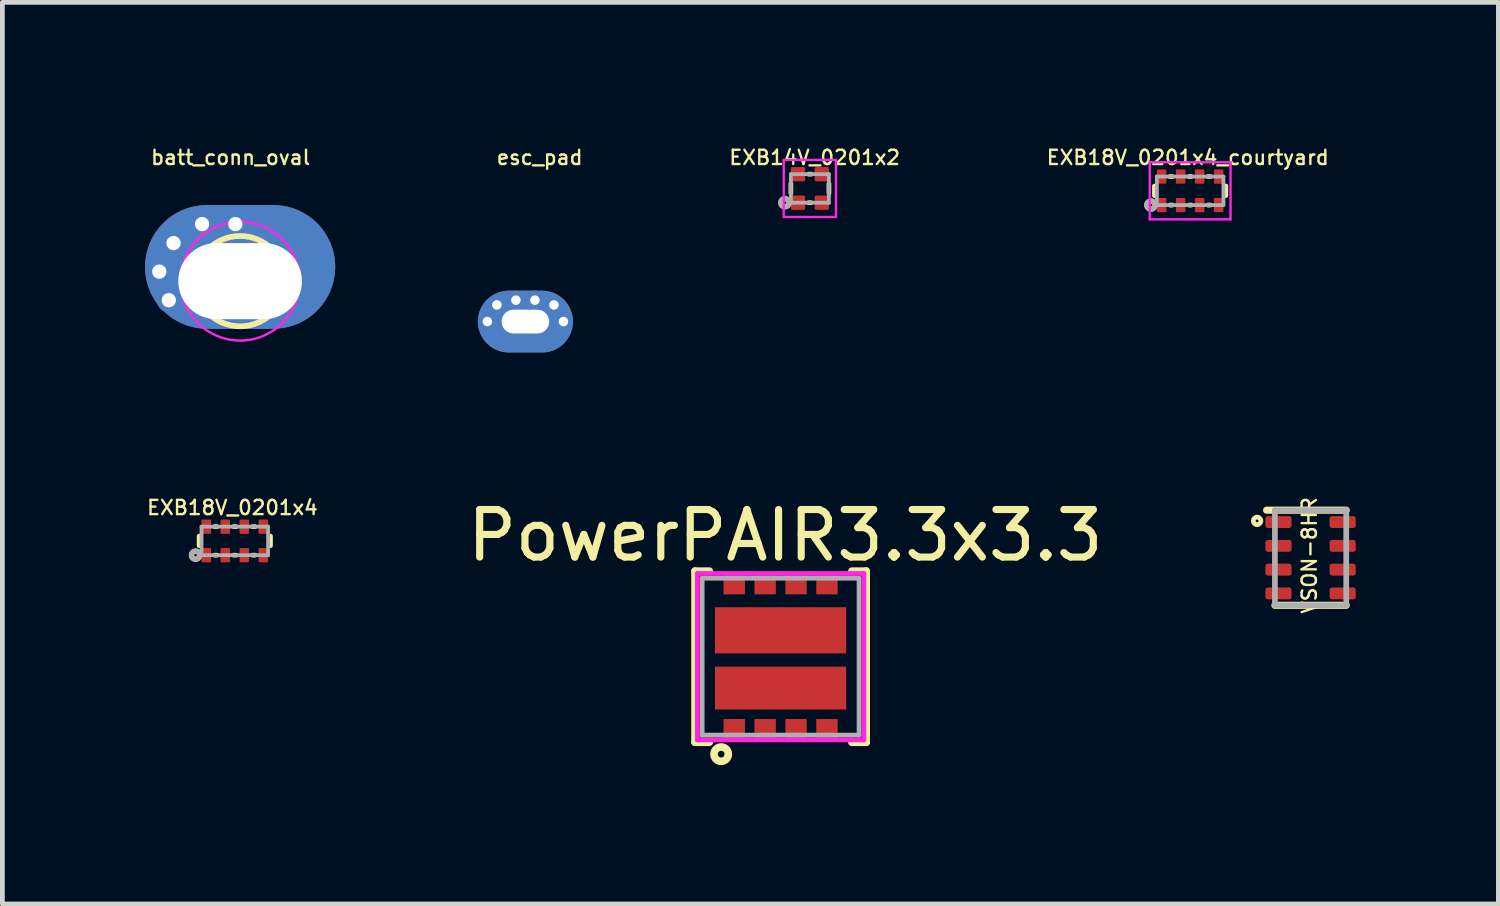
<source format=kicad_pcb>
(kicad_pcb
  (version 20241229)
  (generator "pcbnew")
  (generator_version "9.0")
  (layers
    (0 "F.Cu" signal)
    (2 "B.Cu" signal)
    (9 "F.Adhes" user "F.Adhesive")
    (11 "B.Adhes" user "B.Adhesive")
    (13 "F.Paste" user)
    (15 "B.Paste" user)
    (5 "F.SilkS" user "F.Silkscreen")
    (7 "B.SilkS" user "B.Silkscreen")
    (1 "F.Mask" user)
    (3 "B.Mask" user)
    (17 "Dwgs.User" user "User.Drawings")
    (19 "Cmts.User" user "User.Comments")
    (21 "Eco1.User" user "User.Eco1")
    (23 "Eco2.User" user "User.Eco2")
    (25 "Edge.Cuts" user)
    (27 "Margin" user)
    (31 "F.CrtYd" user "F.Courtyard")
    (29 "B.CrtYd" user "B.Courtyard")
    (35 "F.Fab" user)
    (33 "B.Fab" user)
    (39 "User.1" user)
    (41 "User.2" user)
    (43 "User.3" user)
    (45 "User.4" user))
  (footprint "batt_conn_oval"
    (layer "F.Cu")
    (at 2 2.863)
    (property "Reference" "batt_conn_oval" (at -0.2 -2.6 0) (layer "F.SilkS") (effects (font (size 0.3 0.3) (thickness 0.05))))
    (attr through_hole)
    (fp_circle (center 0 0) (end 0 0.95) (stroke (width 0.12) (type solid)) (fill no) (layer "F.SilkS"))
    (fp_circle (center 0 0) (end 1.25 0) (stroke (width 0.05) (type solid)) (fill no) (layer "F.CrtYd"))
    (pad "1" thru_hole circle (at -1.7 -0.2) (size 0.5 0.5) (drill 0.3) (layers "*.Cu" "*.Mask"))
    (pad "1" thru_hole circle (at -1.5 0.4) (size 0.5 0.5) (drill 0.3) (layers "*.Cu" "*.Mask"))
    (pad "1" thru_hole circle (at -1.4 -0.8) (size 0.5 0.5) (drill 0.3) (layers "*.Cu" "*.Mask"))
    (pad "1" thru_hole circle (at -0.8 -1.2) (size 0.5 0.5) (drill 0.3) (layers "*.Cu" "*.Mask"))
    (pad "1" thru_hole circle (at -0.1 -1.2) (size 0.5 0.5) (drill 0.3) (layers "*.Cu" "*.Mask"))
    (pad "1" smd oval (at 0 -0.3) (size 4 2.6) (layers "F.Cu" "F.Mask"))
    (pad "1" smd oval (at 0 -0.3) (size 4 2.6) (layers "B.Cu" "B.Mask"))
    (pad "1" thru_hole oval (at 0 0) (size 3 2) (drill oval 2.6 1.6) (layers "*.Cu" "*.Mask")))
  (footprint "EXB18V_0201x4_courtyard"
    (layer "F.Cu")
    (at 21.98 0.963)
    (property "Reference" "EXB18V_0201x4_courtyard" (at -0.05 -0.7 0) (layer "F.SilkS") (effects (font (size 0.3 0.3) (thickness 0.05))))
    (attr through_hole)
    (fp_line (start -0.75 -0.1) (end -0.75 0.1) (stroke (width 0.1) (type solid)) (layer "F.SilkS"))
    (fp_line (start -0.425 -0.3) (end -0.375 -0.3) (stroke (width 0.1) (type solid)) (layer "F.SilkS"))
    (fp_line (start -0.425 0.3) (end -0.375 0.3) (stroke (width 0.1) (type solid)) (layer "F.SilkS"))
    (fp_line (start -0.025 -0.3) (end 0.025 -0.3) (stroke (width 0.1) (type solid)) (layer "F.SilkS"))
    (fp_line (start -0.025 0.3) (end 0.025 0.3) (stroke (width 0.1) (type solid)) (layer "F.SilkS"))
    (fp_line (start 0.375 -0.3) (end 0.425 -0.3) (stroke (width 0.1) (type solid)) (layer "F.SilkS"))
    (fp_line (start 0.375 0.3) (end 0.425 0.3) (stroke (width 0.1) (type solid)) (layer "F.SilkS"))
    (fp_line (start 0.75 -0.1) (end 0.75 0.1) (stroke (width 0.1) (type solid)) (layer "F.SilkS"))
    (fp_circle (center -0.825 0.3) (end -0.8 0.325) (stroke (width 0.1) (type solid)) (fill no) (layer "F.SilkS"))
    (fp_line (start -0.85 -0.6) (end -0.85 0.6) (stroke (width 0.05) (type solid)) (layer "F.CrtYd"))
    (fp_line (start -0.85 0.6) (end 0.85 0.6) (stroke (width 0.05) (type solid)) (layer "F.CrtYd"))
    (fp_line (start 0.85 -0.6) (end -0.85 -0.6) (stroke (width 0.05) (type solid)) (layer "F.CrtYd"))
    (fp_line (start 0.85 0.6) (end 0.85 -0.6) (stroke (width 0.05) (type solid)) (layer "F.CrtYd"))
    (fp_line (start -0.7 -0.3) (end 0.7 -0.3) (stroke (width 0.08) (type solid)) (layer "F.Fab"))
    (fp_line (start -0.7 0.3) (end -0.7 -0.3) (stroke (width 0.08) (type solid)) (layer "F.Fab"))
    (fp_line (start 0.7 -0.3) (end 0.7 0.3) (stroke (width 0.08) (type solid)) (layer "F.Fab"))
    (fp_line (start 0.7 0.3) (end -0.7 0.3) (stroke (width 0.08) (type solid)) (layer "F.Fab"))
    (fp_circle (center -0.825 0.3) (end -0.825 0.275) (stroke (width 0.12) (type solid)) (fill no) (layer "F.Fab"))
    (pad "1" smd roundrect (at -0.6 0.3) (size 0.2 0.3) (layers "F.Cu" "F.Mask" "F.Paste") (roundrect_rratio 0.1))
    (pad "2" smd roundrect (at -0.2 0.3) (size 0.2 0.3) (layers "F.Cu" "F.Mask" "F.Paste") (roundrect_rratio 0.1))
    (pad "3" smd roundrect (at 0.2 0.3 180) (size 0.2 0.3) (layers "F.Cu" "F.Mask" "F.Paste") (roundrect_rratio 0.1))
    (pad "4" smd roundrect (at 0.6 0.3 180) (size 0.2 0.3) (layers "F.Cu" "F.Mask" "F.Paste") (roundrect_rratio 0.1))
    (pad "5" smd roundrect (at 0.6 -0.3 180) (size 0.2 0.3) (layers "F.Cu" "F.Mask" "F.Paste") (roundrect_rratio 0.1))
    (pad "6" smd roundrect (at 0.2 -0.3 180) (size 0.2 0.3) (layers "F.Cu" "F.Mask" "F.Paste") (roundrect_rratio 0.1))
    (pad "7" smd roundrect (at -0.2 -0.3) (size 0.2 0.3) (layers "F.Cu" "F.Mask" "F.Paste") (roundrect_rratio 0.1))
    (pad "8" smd roundrect (at -0.6 -0.3) (size 0.2 0.3) (layers "F.Cu" "F.Mask" "F.Paste") (roundrect_rratio 0.1)))
  (footprint "EXB14V_0201x2"
    (layer "F.Cu")
    (at 13.983 0.913)
    (property "Reference" "EXB14V_0201x2" (at 0.1 -0.65 0) (layer "F.SilkS") (effects (font (size 0.3 0.3) (thickness 0.05))))
    (attr through_hole)
    (fp_line (start -0.4 -0.1) (end -0.4 0.1) (stroke (width 0.1) (type solid)) (layer "F.SilkS"))
    (fp_line (start -0.025 -0.3) (end 0.025 -0.3) (stroke (width 0.1) (type solid)) (layer "F.SilkS"))
    (fp_line (start -0.025 0.3) (end 0.025 0.3) (stroke (width 0.1) (type solid)) (layer "F.SilkS"))
    (fp_line (start 0.4 -0.1) (end 0.4 0.1) (stroke (width 0.1) (type solid)) (layer "F.SilkS"))
    (fp_circle (center -0.525 0.3) (end -0.5 0.325) (stroke (width 0.1) (type solid)) (fill no) (layer "F.SilkS"))
    (fp_line (start -0.55 -0.6) (end -0.55 0.6) (stroke (width 0.05) (type solid)) (layer "F.CrtYd"))
    (fp_line (start -0.55 0.6) (end 0.55 0.6) (stroke (width 0.05) (type solid)) (layer "F.CrtYd"))
    (fp_line (start 0.55 -0.6) (end -0.55 -0.6) (stroke (width 0.05) (type solid)) (layer "F.CrtYd"))
    (fp_line (start 0.55 0.6) (end 0.55 -0.6) (stroke (width 0.05) (type solid)) (layer "F.CrtYd"))
    (fp_line (start -0.4 -0.3) (end 0.4 -0.3) (stroke (width 0.08) (type solid)) (layer "F.Fab"))
    (fp_line (start -0.4 0.3) (end -0.4 -0.3) (stroke (width 0.08) (type solid)) (layer "F.Fab"))
    (fp_line (start 0.4 -0.3) (end 0.4 0.3) (stroke (width 0.08) (type solid)) (layer "F.Fab"))
    (fp_line (start 0.4 0.3) (end -0.4 0.3) (stroke (width 0.08) (type solid)) (layer "F.Fab"))
    (fp_circle (center -0.525 0.3) (end -0.525 0.275) (stroke (width 0.12) (type solid)) (fill no) (layer "F.Fab"))
    (pad "1" smd roundrect (at -0.25 0.3) (size 0.3 0.3) (layers "F.Cu" "F.Mask" "F.Paste") (roundrect_rratio 0.1))
    (pad "2" smd roundrect (at 0.25 0.3) (size 0.3 0.3) (layers "F.Cu" "F.Mask" "F.Paste") (roundrect_rratio 0.1))
    (pad "3" smd roundrect (at 0.25 -0.3 180) (size 0.3 0.3) (layers "F.Cu" "F.Mask" "F.Paste") (roundrect_rratio 0.1))
    (pad "4" smd roundrect (at -0.25 -0.3 180) (size 0.3 0.3) (layers "F.Cu" "F.Mask" "F.Paste") (roundrect_rratio 0.1)))
  (footprint "EXB18V_0201x4"
    (layer "F.Cu")
    (at 1.888 8.326)
    (property "Reference" "EXB18V_0201x4" (at -0.05 -0.7 0) (layer "F.SilkS") (effects (font (size 0.3 0.3) (thickness 0.05))))
    (attr through_hole)
    (fp_line (start -0.75 -0.1) (end -0.75 0.1) (stroke (width 0.1) (type solid)) (layer "F.SilkS"))
    (fp_line (start -0.425 -0.3) (end -0.375 -0.3) (stroke (width 0.1) (type solid)) (layer "F.SilkS"))
    (fp_line (start -0.425 0.3) (end -0.375 0.3) (stroke (width 0.1) (type solid)) (layer "F.SilkS"))
    (fp_line (start -0.025 -0.3) (end 0.025 -0.3) (stroke (width 0.1) (type solid)) (layer "F.SilkS"))
    (fp_line (start -0.025 0.3) (end 0.025 0.3) (stroke (width 0.1) (type solid)) (layer "F.SilkS"))
    (fp_line (start 0.375 -0.3) (end 0.425 -0.3) (stroke (width 0.1) (type solid)) (layer "F.SilkS"))
    (fp_line (start 0.375 0.3) (end 0.425 0.3) (stroke (width 0.1) (type solid)) (layer "F.SilkS"))
    (fp_line (start 0.75 -0.1) (end 0.75 0.1) (stroke (width 0.1) (type solid)) (layer "F.SilkS"))
    (fp_circle (center -0.825 0.3) (end -0.8 0.325) (stroke (width 0.1) (type solid)) (fill no) (layer "F.SilkS"))
    (fp_line (start -0.7 -0.3) (end 0.7 -0.3) (stroke (width 0.08) (type solid)) (layer "F.Fab"))
    (fp_line (start -0.7 0.3) (end -0.7 -0.3) (stroke (width 0.08) (type solid)) (layer "F.Fab"))
    (fp_line (start 0.7 -0.3) (end 0.7 0.3) (stroke (width 0.08) (type solid)) (layer "F.Fab"))
    (fp_line (start 0.7 0.3) (end -0.7 0.3) (stroke (width 0.08) (type solid)) (layer "F.Fab"))
    (fp_circle (center -0.825 0.3) (end -0.825 0.275) (stroke (width 0.12) (type solid)) (fill no) (layer "F.Fab"))
    (pad "1" smd roundrect (at -0.6 0.3) (size 0.2 0.3) (layers "F.Cu" "F.Mask" "F.Paste") (roundrect_rratio 0.1))
    (pad "2" smd roundrect (at -0.2 0.3) (size 0.2 0.3) (layers "F.Cu" "F.Mask" "F.Paste") (roundrect_rratio 0.1))
    (pad "3" smd roundrect (at 0.2 0.3 180) (size 0.2 0.3) (layers "F.Cu" "F.Mask" "F.Paste") (roundrect_rratio 0.1))
    (pad "4" smd roundrect (at 0.6 0.3 180) (size 0.2 0.3) (layers "F.Cu" "F.Mask" "F.Paste") (roundrect_rratio 0.1))
    (pad "5" smd roundrect (at 0.6 -0.3 180) (size 0.2 0.3) (layers "F.Cu" "F.Mask" "F.Paste") (roundrect_rratio 0.1))
    (pad "6" smd roundrect (at 0.2 -0.3 180) (size 0.2 0.3) (layers "F.Cu" "F.Mask" "F.Paste") (roundrect_rratio 0.1))
    (pad "7" smd roundrect (at -0.2 -0.3) (size 0.2 0.3) (layers "F.Cu" "F.Mask" "F.Paste") (roundrect_rratio 0.1))
    (pad "8" smd roundrect (at -0.6 -0.3) (size 0.2 0.3) (layers "F.Cu" "F.Mask" "F.Paste") (roundrect_rratio 0.1)))
  (footprint "VSON-8HR"
    (layer "F.Cu")
    (at 24.513 8.68)
    (property "Reference" "VSON-8HR" (at -0.025 -0.05 270) (layer "F.SilkS") (effects (font (size 0.3 0.3) (thickness 0.05))))
    (attr through_hole)
    (fp_line (start 0.75 -1) (end -0.925 -1) (stroke (width 0.15) (type solid)) (layer "F.SilkS"))
    (fp_line (start 0.75 1) (end -0.75 1) (stroke (width 0.15) (type solid)) (layer "F.SilkS"))
    (fp_circle (center -1.125 -0.775) (end -1.05 -0.75) (stroke (width 0.1) (type solid)) (fill no) (layer "F.SilkS"))
    (fp_line (start -0.75 -1) (end 0.75 -1) (stroke (width 0.12) (type solid)) (layer "F.Fab"))
    (fp_line (start -0.75 1) (end -0.75 -1) (stroke (width 0.12) (type solid)) (layer "F.Fab"))
    (fp_line (start 0.75 -1) (end 0.75 1) (stroke (width 0.12) (type solid)) (layer "F.Fab"))
    (fp_line (start 0.75 1) (end -0.75 1) (stroke (width 0.12) (type solid)) (layer "F.Fab"))
    (pad "1" smd roundrect (at -0.675 -0.75) (size 0.55 0.25) (layers "F.Cu" "F.Mask" "F.Paste") (roundrect_rratio 0.2))
    (pad "2" smd roundrect (at -0.675 -0.25) (size 0.55 0.25) (layers "F.Cu" "F.Mask" "F.Paste") (roundrect_rratio 0.2))
    (pad "3" smd roundrect (at -0.675 0.25) (size 0.55 0.25) (layers "F.Cu" "F.Mask" "F.Paste") (roundrect_rratio 0.2))
    (pad "4" smd roundrect (at -0.675 0.75) (size 0.55 0.25) (layers "F.Cu" "F.Mask" "F.Paste") (roundrect_rratio 0.2))
    (pad "5" smd roundrect (at 0.675 0.75 180) (size 0.55 0.25) (layers "F.Cu" "F.Mask" "F.Paste") (roundrect_rratio 0.2))
    (pad "6" smd roundrect (at 0.675 0.25 180) (size 0.55 0.25) (layers "F.Cu" "F.Mask" "F.Paste") (roundrect_rratio 0.2))
    (pad "7" smd roundrect (at 0.675 -0.25 180) (size 0.55 0.25) (layers "F.Cu" "F.Mask" "F.Paste") (roundrect_rratio 0.2))
    (pad "8" smd roundrect (at 0.675 -0.75 180) (size 0.55 0.25) (layers "F.Cu" "F.Mask" "F.Paste") (roundrect_rratio 0.2)))
  (footprint "esc_pad"
    (layer "F.Cu")
    (at 8 3.713)
    (property "Reference" "esc_pad" (at 0.3 -3.45 0) (layer "F.SilkS") (effects (font (size 0.3 0.3) (thickness 0.05))))
    (attr through_hole)
    (pad "1" thru_hole oval (at -0.8 0) (size 0.4 0.4) (drill 0.2) (layers "*.Cu" "*.Mask"))
    (pad "1" thru_hole oval (at -0.6 -0.35) (size 0.4 0.4) (drill 0.2) (layers "*.Cu" "*.Mask"))
    (pad "1" thru_hole oval (at -0.2 -0.45) (size 0.4 0.4) (drill 0.2) (layers "*.Cu" "*.Mask"))
    (pad "1" thru_hole oval (at 0 0) (size 2 1.3) (drill oval 1 0.5) (layers "*.Cu" "*.Mask"))
    (pad "1" thru_hole oval (at 0.2 -0.45) (size 0.4 0.4) (drill 0.2) (layers "*.Cu" "*.Mask"))
    (pad "1" thru_hole oval (at 0.6 -0.35) (size 0.4 0.4) (drill 0.2) (layers "*.Cu" "*.Mask"))
    (pad "1" thru_hole oval (at 0.8 0) (size 0.4 0.4) (drill 0.2) (layers "*.Cu" "*.Mask")))
  (footprint "PowerPAIR3.3x3.3"
    (layer "F.Cu")
    (at 13.367 10.761)
    (property "Reference" "PowerPAIR3.3x3.3" (at 0.1 -2.55 0) (layer "F.SilkS") (effects (font (size 1 1) (thickness 0.15))))
    (attr through_hole)
    (fp_line (start -1.8 -1.8) (end -1.8 1.8) (stroke (width 0.16) (type solid)) (layer "F.SilkS"))
    (fp_line (start -1.8 1.8) (end -1.5 1.8) (stroke (width 0.16) (type solid)) (layer "F.SilkS"))
    (fp_line (start -1.5 -1.8) (end -1.8 -1.8) (stroke (width 0.16) (type solid)) (layer "F.SilkS"))
    (fp_line (start 1.5 -1.8) (end 1.8 -1.8) (stroke (width 0.16) (type solid)) (layer "F.SilkS"))
    (fp_line (start 1.8 -1.8) (end 1.8 1.8) (stroke (width 0.16) (type solid)) (layer "F.SilkS"))
    (fp_line (start 1.8 1.8) (end 1.5 1.8) (stroke (width 0.16) (type solid)) (layer "F.SilkS"))
    (fp_circle (center -1.25 2.05) (end -1.2 2.1) (stroke (width 0.16) (type solid)) (fill no) (layer "F.SilkS"))
    (fp_line (start -1.75 -1.75) (end -1.75 1.75) (stroke (width 0.1) (type solid)) (layer "F.CrtYd"))
    (fp_line (start -1.75 -1.75) (end 1.75 -1.75) (stroke (width 0.1) (type solid)) (layer "F.CrtYd"))
    (fp_line (start -1.75 1.75) (end 1.75 1.75) (stroke (width 0.1) (type solid)) (layer "F.CrtYd"))
    (fp_line (start 1.75 -1.75) (end 1.75 1.75) (stroke (width 0.1) (type solid)) (layer "F.CrtYd"))
    (fp_line (start -1.65 -1.65) (end 1.65 -1.65) (stroke (width 0.1) (type solid)) (layer "F.Fab"))
    (fp_line (start -1.65 1.65) (end -1.65 -1.65) (stroke (width 0.1) (type solid)) (layer "F.Fab"))
    (fp_line (start 1.65 -1.65) (end 1.65 1.65) (stroke (width 0.1) (type solid)) (layer "F.Fab"))
    (fp_line (start 1.65 1.65) (end -1.65 1.65) (stroke (width 0.1) (type solid)) (layer "F.Fab"))
    (pad "1" smd rect (at -0.975 1.536) (size 0.45 0.45) (layers "F.Cu" "F.Mask" "F.Paste"))
    (pad "2" smd rect (at -0.325 1.536) (size 0.45 0.45) (layers "F.Cu" "F.Mask" "F.Paste"))
    (pad "2" smd rect (at 0 0.66) (size 2.76 0.9) (layers "F.Cu" "F.Mask" "F.Paste"))
    (pad "2" smd rect (at 0.325 1.536) (size 0.45 0.45) (layers "F.Cu" "F.Mask" "F.Paste"))
    (pad "2" smd rect (at 0.975 1.536) (size 0.45 0.45) (layers "F.Cu" "F.Mask" "F.Paste"))
    (pad "3" smd rect (at 0 -0.555) (size 2.76 0.97) (layers "F.Cu" "F.Mask" "F.Paste"))
    (pad "4" smd rect (at -0.325 -1.536) (size 0.45 0.45) (layers "F.Cu" "F.Mask" "F.Paste"))
    (pad "4" smd rect (at 0.325 -1.536) (size 0.45 0.45) (layers "F.Cu" "F.Mask" "F.Paste"))
    (pad "4" smd rect (at 0.975 -1.536) (size 0.45 0.45) (layers "F.Cu" "F.Mask" "F.Paste"))
    (pad "5" smd rect (at -0.975 -1.536) (size 0.45 0.45) (layers "F.Cu" "F.Mask" "F.Paste")))
  (gr_rect
    (start -3 -3)
    (end 28.463 15.962)
    (stroke (width 0.1) (type default))
    (fill no)
    (layer "Edge.Cuts")))
</source>
